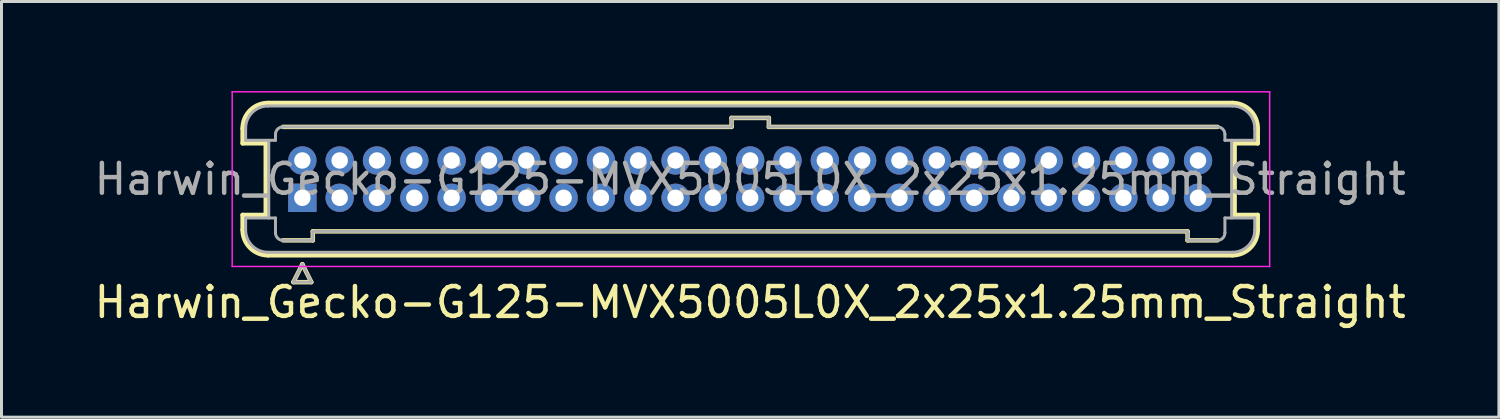
<source format=kicad_pcb>
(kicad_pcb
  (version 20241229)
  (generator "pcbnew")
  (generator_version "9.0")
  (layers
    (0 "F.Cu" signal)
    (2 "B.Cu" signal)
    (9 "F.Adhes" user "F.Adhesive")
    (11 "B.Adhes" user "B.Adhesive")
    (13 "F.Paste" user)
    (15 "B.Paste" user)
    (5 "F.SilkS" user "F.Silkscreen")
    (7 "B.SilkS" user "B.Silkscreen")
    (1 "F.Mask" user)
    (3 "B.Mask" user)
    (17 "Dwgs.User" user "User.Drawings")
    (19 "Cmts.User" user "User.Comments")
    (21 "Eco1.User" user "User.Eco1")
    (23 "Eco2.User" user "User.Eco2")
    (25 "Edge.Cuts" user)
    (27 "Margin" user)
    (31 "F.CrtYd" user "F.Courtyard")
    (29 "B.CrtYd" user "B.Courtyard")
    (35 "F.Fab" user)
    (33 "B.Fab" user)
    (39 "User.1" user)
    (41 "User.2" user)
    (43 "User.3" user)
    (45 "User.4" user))
  (footprint "Harwin_Gecko-G125-MVX5005L0X_2x25x1.25mm_Straight"
    (layer "F.Cu")
    (at 7.077 3.575)
    (property "Reference" "Harwin_Gecko-G125-MVX5005L0X_2x25x1.25mm_Straight" (at 15 3.5 0) (layer "F.SilkS") (effects (font (size 1 1) (thickness 0.15))))
    (attr through_hole)
    (fp_line (start -2 -1.825) (end -2 -2.325) (stroke (width 0.15) (type solid)) (layer "F.SilkS"))
    (fp_line (start -2 -1.825) (end -1.225 -1.825) (stroke (width 0.15) (type solid)) (layer "F.SilkS"))
    (fp_line (start -2 0.575) (end -1.225 0.575) (stroke (width 0.15) (type solid)) (layer "F.SilkS"))
    (fp_line (start -2 1.075) (end -2 0.575) (stroke (width 0.15) (type solid)) (layer "F.SilkS"))
    (fp_line (start -1.225 -1.825) (end -1.225 0.575) (stroke (width 0.15) (type solid)) (layer "F.SilkS"))
    (fp_line (start -1.15 -3.175) (end 31.15 -3.175) (stroke (width 0.15) (type solid)) (layer "F.SilkS"))
    (fp_line (start -1.15 1.925) (end 31.15 1.925) (stroke (width 0.15) (type solid)) (layer "F.SilkS"))
    (fp_line (start -0.65 -2.375) (end 14.375 -2.375) (stroke (width 0.15) (type solid)) (layer "F.SilkS"))
    (fp_line (start -0.65 1.425) (end 0.35 1.425) (stroke (width 0.15) (type solid)) (layer "F.SilkS"))
    (fp_line (start -0.3 2.825) (end 0.3 2.825) (stroke (width 0.15) (type solid)) (layer "F.SilkS"))
    (fp_line (start 0 2.225) (end -0.3 2.825) (stroke (width 0.15) (type solid)) (layer "F.SilkS"))
    (fp_line (start 0.3 2.825) (end 0 2.225) (stroke (width 0.15) (type solid)) (layer "F.SilkS"))
    (fp_line (start 0.35 1.125) (end 29.65 1.125) (stroke (width 0.15) (type solid)) (layer "F.SilkS"))
    (fp_line (start 0.35 1.425) (end 0.35 1.125) (stroke (width 0.15) (type solid)) (layer "F.SilkS"))
    (fp_line (start 14.375 -2.675) (end 15.625 -2.675) (stroke (width 0.15) (type solid)) (layer "F.SilkS"))
    (fp_line (start 14.375 -2.375) (end 14.375 -2.675) (stroke (width 0.15) (type solid)) (layer "F.SilkS"))
    (fp_line (start 15.625 -2.675) (end 15.625 -2.375) (stroke (width 0.15) (type solid)) (layer "F.SilkS"))
    (fp_line (start 15.625 -2.375) (end 30.65 -2.375) (stroke (width 0.15) (type solid)) (layer "F.SilkS"))
    (fp_line (start 29.65 1.125) (end 29.65 1.425) (stroke (width 0.15) (type solid)) (layer "F.SilkS"))
    (fp_line (start 29.65 1.425) (end 30.65 1.425) (stroke (width 0.15) (type solid)) (layer "F.SilkS"))
    (fp_line (start 31.225 -1.825) (end 31.225 0.575) (stroke (width 0.15) (type solid)) (layer "F.SilkS"))
    (fp_line (start 32 -2.325) (end 32 -1.825) (stroke (width 0.15) (type solid)) (layer "F.SilkS"))
    (fp_line (start 32 -1.825) (end 31.225 -1.825) (stroke (width 0.15) (type solid)) (layer "F.SilkS"))
    (fp_line (start 32 0.575) (end 31.225 0.575) (stroke (width 0.15) (type solid)) (layer "F.SilkS"))
    (fp_line (start 32 1.075) (end 32 0.575) (stroke (width 0.15) (type solid)) (layer "F.SilkS"))
    (fp_arc (start -2 -2.325) (mid -1.751041 -2.926041) (end -1.15 -3.175) (stroke (width 0.15) (type solid)) (layer "F.SilkS"))
    (fp_arc (start -1.15 1.925) (mid -1.751041 1.676041) (end -2 1.075) (stroke (width 0.15) (type solid)) (layer "F.SilkS"))
    (fp_arc (start 31.15 -3.175) (mid 31.751041 -2.926041) (end 32 -2.325) (stroke (width 0.15) (type solid)) (layer "F.SilkS"))
    (fp_arc (start 32 1.075) (mid 31.751041 1.676041) (end 31.15 1.925) (stroke (width 0.15) (type solid)) (layer "F.SilkS"))
    (fp_line (start -2.35 -3.55) (end -2.35 2.3) (stroke (width 0.05) (type solid)) (layer "F.CrtYd"))
    (fp_line (start -2.35 2.3) (end 32.4 2.3) (stroke (width 0.05) (type solid)) (layer "F.CrtYd"))
    (fp_line (start 32.4 -3.55) (end -2.35 -3.55) (stroke (width 0.05) (type solid)) (layer "F.CrtYd"))
    (fp_line (start 32.4 2.3) (end 32.4 -3.55) (stroke (width 0.05) (type solid)) (layer "F.CrtYd"))
    (fp_line (start -1.9 -2.325) (end -1.9 -1.925) (stroke (width 0.1) (type solid)) (layer "F.Fab"))
    (fp_line (start -1.9 -1.925) (end -0.9 -1.925) (stroke (width 0.1) (type solid)) (layer "F.Fab"))
    (fp_line (start -1.9 0.675) (end -0.9 0.675) (stroke (width 0.1) (type solid)) (layer "F.Fab"))
    (fp_line (start -1.9 1.075) (end -1.9 0.675) (stroke (width 0.1) (type solid)) (layer "F.Fab"))
    (fp_line (start -1.15 -3.075) (end 31.15 -3.075) (stroke (width 0.1) (type solid)) (layer "F.Fab"))
    (fp_line (start -1.15 1.825) (end 31.15 1.825) (stroke (width 0.1) (type solid)) (layer "F.Fab"))
    (fp_line (start -1.125 -1.925) (end -1.125 0.675) (stroke (width 0.1) (type solid)) (layer "F.Fab"))
    (fp_line (start -0.9 -2.125) (end -0.9 -1.925) (stroke (width 0.1) (type solid)) (layer "F.Fab"))
    (fp_line (start -0.9 1.175) (end -0.9 0.675) (stroke (width 0.1) (type solid)) (layer "F.Fab"))
    (fp_line (start -0.65 -2.375) (end 14.375 -2.375) (stroke (width 0.1) (type solid)) (layer "F.Fab"))
    (fp_line (start -0.65 1.425) (end 0.35 1.425) (stroke (width 0.1) (type solid)) (layer "F.Fab"))
    (fp_line (start -0.3 2.825) (end 0.3 2.825) (stroke (width 0.1) (type solid)) (layer "F.Fab"))
    (fp_line (start 0 2.225) (end -0.3 2.825) (stroke (width 0.1) (type solid)) (layer "F.Fab"))
    (fp_line (start 0.3 2.825) (end 0 2.225) (stroke (width 0.1) (type solid)) (layer "F.Fab"))
    (fp_line (start 0.35 1.125) (end 29.65 1.125) (stroke (width 0.1) (type solid)) (layer "F.Fab"))
    (fp_line (start 0.35 1.425) (end 0.35 1.125) (stroke (width 0.1) (type solid)) (layer "F.Fab"))
    (fp_line (start 14.375 -2.675) (end 15.625 -2.675) (stroke (width 0.1) (type solid)) (layer "F.Fab"))
    (fp_line (start 14.375 -2.375) (end 14.375 -2.675) (stroke (width 0.1) (type solid)) (layer "F.Fab"))
    (fp_line (start 15.625 -2.675) (end 15.625 -2.375) (stroke (width 0.1) (type solid)) (layer "F.Fab"))
    (fp_line (start 15.625 -2.375) (end 30.65 -2.375) (stroke (width 0.1) (type solid)) (layer "F.Fab"))
    (fp_line (start 29.65 1.125) (end 29.65 1.425) (stroke (width 0.1) (type solid)) (layer "F.Fab"))
    (fp_line (start 29.65 1.425) (end 30.65 1.425) (stroke (width 0.1) (type solid)) (layer "F.Fab"))
    (fp_line (start 30.9 -2.125) (end 30.9 -1.925) (stroke (width 0.1) (type solid)) (layer "F.Fab"))
    (fp_line (start 30.9 1.175) (end 30.9 0.675) (stroke (width 0.1) (type solid)) (layer "F.Fab"))
    (fp_line (start 31.125 -1.925) (end 31.125 0.675) (stroke (width 0.1) (type solid)) (layer "F.Fab"))
    (fp_line (start 31.9 -2.325) (end 31.9 -1.925) (stroke (width 0.1) (type solid)) (layer "F.Fab"))
    (fp_line (start 31.9 -1.925) (end 30.9 -1.925) (stroke (width 0.1) (type solid)) (layer "F.Fab"))
    (fp_line (start 31.9 0.675) (end 30.9 0.675) (stroke (width 0.1) (type solid)) (layer "F.Fab"))
    (fp_line (start 31.9 1.075) (end 31.9 0.675) (stroke (width 0.1) (type solid)) (layer "F.Fab"))
    (fp_arc (start -1.9 -2.325) (mid -1.68033 -2.85533) (end -1.15 -3.075) (stroke (width 0.1) (type solid)) (layer "F.Fab"))
    (fp_arc (start -1.15 1.825) (mid -1.68033 1.60533) (end -1.9 1.075) (stroke (width 0.1) (type solid)) (layer "F.Fab"))
    (fp_arc (start -0.9 -2.125) (mid -0.826777 -2.301777) (end -0.65 -2.375) (stroke (width 0.1) (type solid)) (layer "F.Fab"))
    (fp_arc (start -0.65 1.425) (mid -0.826777 1.351777) (end -0.9 1.175) (stroke (width 0.1) (type solid)) (layer "F.Fab"))
    (fp_arc (start 30.65 -2.375) (mid 30.826777 -2.301777) (end 30.9 -2.125) (stroke (width 0.1) (type solid)) (layer "F.Fab"))
    (fp_arc (start 30.9 1.175) (mid 30.826777 1.351777) (end 30.65 1.425) (stroke (width 0.1) (type solid)) (layer "F.Fab"))
    (fp_arc (start 31.15 -3.075) (mid 31.68033 -2.85533) (end 31.9 -2.325) (stroke (width 0.1) (type solid)) (layer "F.Fab"))
    (fp_arc (start 31.9 1.075) (mid 31.68033 1.60533) (end 31.15 1.825) (stroke (width 0.1) (type solid)) (layer "F.Fab"))
    (fp_text user "${REFERENCE}" (at 15 -0.625 0) (layer "F.Fab") (effects (font (size 1 1) (thickness 0.15))))
    (pad "1" thru_hole rect (at 0 0) (size 0.95 0.95) (drill 0.55) (layers "*.Cu" "*.Mask"))
    (pad "2" thru_hole circle (at 1.25 0) (size 0.95 0.95) (drill 0.55) (layers "*.Cu" "*.Mask"))
    (pad "3" thru_hole circle (at 2.5 0) (size 0.95 0.95) (drill 0.55) (layers "*.Cu" "*.Mask"))
    (pad "4" thru_hole circle (at 3.75 0) (size 0.95 0.95) (drill 0.55) (layers "*.Cu" "*.Mask"))
    (pad "5" thru_hole circle (at 5 0) (size 0.95 0.95) (drill 0.55) (layers "*.Cu" "*.Mask"))
    (pad "6" thru_hole circle (at 6.25 0) (size 0.95 0.95) (drill 0.55) (layers "*.Cu" "*.Mask"))
    (pad "7" thru_hole circle (at 7.5 0) (size 0.95 0.95) (drill 0.55) (layers "*.Cu" "*.Mask"))
    (pad "8" thru_hole circle (at 8.75 0) (size 0.95 0.95) (drill 0.55) (layers "*.Cu" "*.Mask"))
    (pad "9" thru_hole circle (at 10 0) (size 0.95 0.95) (drill 0.55) (layers "*.Cu" "*.Mask"))
    (pad "10" thru_hole circle (at 11.25 0) (size 0.95 0.95) (drill 0.55) (layers "*.Cu" "*.Mask"))
    (pad "11" thru_hole circle (at 12.5 0) (size 0.95 0.95) (drill 0.55) (layers "*.Cu" "*.Mask"))
    (pad "12" thru_hole circle (at 13.75 0) (size 0.95 0.95) (drill 0.55) (layers "*.Cu" "*.Mask"))
    (pad "13" thru_hole circle (at 15 0) (size 0.95 0.95) (drill 0.55) (layers "*.Cu" "*.Mask"))
    (pad "14" thru_hole circle (at 16.25 0) (size 0.95 0.95) (drill 0.55) (layers "*.Cu" "*.Mask"))
    (pad "15" thru_hole circle (at 17.5 0) (size 0.95 0.95) (drill 0.55) (layers "*.Cu" "*.Mask"))
    (pad "16" thru_hole circle (at 18.75 0) (size 0.95 0.95) (drill 0.55) (layers "*.Cu" "*.Mask"))
    (pad "17" thru_hole circle (at 20 0) (size 0.95 0.95) (drill 0.55) (layers "*.Cu" "*.Mask"))
    (pad "18" thru_hole circle (at 21.25 0) (size 0.95 0.95) (drill 0.55) (layers "*.Cu" "*.Mask"))
    (pad "19" thru_hole circle (at 22.5 0) (size 0.95 0.95) (drill 0.55) (layers "*.Cu" "*.Mask"))
    (pad "20" thru_hole circle (at 23.75 0) (size 0.95 0.95) (drill 0.55) (layers "*.Cu" "*.Mask"))
    (pad "21" thru_hole circle (at 25 0) (size 0.95 0.95) (drill 0.55) (layers "*.Cu" "*.Mask"))
    (pad "22" thru_hole circle (at 26.25 0) (size 0.95 0.95) (drill 0.55) (layers "*.Cu" "*.Mask"))
    (pad "23" thru_hole circle (at 27.5 0) (size 0.95 0.95) (drill 0.55) (layers "*.Cu" "*.Mask"))
    (pad "24" thru_hole circle (at 28.75 0) (size 0.95 0.95) (drill 0.55) (layers "*.Cu" "*.Mask"))
    (pad "25" thru_hole circle (at 30 0) (size 0.95 0.95) (drill 0.55) (layers "*.Cu" "*.Mask"))
    (pad "26" thru_hole circle (at 0 -1.25) (size 0.95 0.95) (drill 0.55) (layers "*.Cu" "*.Mask"))
    (pad "27" thru_hole circle (at 1.25 -1.25) (size 0.95 0.95) (drill 0.55) (layers "*.Cu" "*.Mask"))
    (pad "28" thru_hole circle (at 2.5 -1.25) (size 0.95 0.95) (drill 0.55) (layers "*.Cu" "*.Mask"))
    (pad "29" thru_hole circle (at 3.75 -1.25) (size 0.95 0.95) (drill 0.55) (layers "*.Cu" "*.Mask"))
    (pad "30" thru_hole circle (at 5 -1.25) (size 0.95 0.95) (drill 0.55) (layers "*.Cu" "*.Mask"))
    (pad "31" thru_hole circle (at 6.25 -1.25) (size 0.95 0.95) (drill 0.55) (layers "*.Cu" "*.Mask"))
    (pad "32" thru_hole circle (at 7.5 -1.25) (size 0.95 0.95) (drill 0.55) (layers "*.Cu" "*.Mask"))
    (pad "33" thru_hole circle (at 8.75 -1.25) (size 0.95 0.95) (drill 0.55) (layers "*.Cu" "*.Mask"))
    (pad "34" thru_hole circle (at 10 -1.25) (size 0.95 0.95) (drill 0.55) (layers "*.Cu" "*.Mask"))
    (pad "35" thru_hole circle (at 11.25 -1.25) (size 0.95 0.95) (drill 0.55) (layers "*.Cu" "*.Mask"))
    (pad "36" thru_hole circle (at 12.5 -1.25) (size 0.95 0.95) (drill 0.55) (layers "*.Cu" "*.Mask"))
    (pad "37" thru_hole circle (at 13.75 -1.25) (size 0.95 0.95) (drill 0.55) (layers "*.Cu" "*.Mask"))
    (pad "38" thru_hole circle (at 15 -1.25) (size 0.95 0.95) (drill 0.55) (layers "*.Cu" "*.Mask"))
    (pad "39" thru_hole circle (at 16.25 -1.25) (size 0.95 0.95) (drill 0.55) (layers "*.Cu" "*.Mask"))
    (pad "40" thru_hole circle (at 17.5 -1.25) (size 0.95 0.95) (drill 0.55) (layers "*.Cu" "*.Mask"))
    (pad "41" thru_hole circle (at 18.75 -1.25) (size 0.95 0.95) (drill 0.55) (layers "*.Cu" "*.Mask"))
    (pad "42" thru_hole circle (at 20 -1.25) (size 0.95 0.95) (drill 0.55) (layers "*.Cu" "*.Mask"))
    (pad "43" thru_hole circle (at 21.25 -1.25) (size 0.95 0.95) (drill 0.55) (layers "*.Cu" "*.Mask"))
    (pad "44" thru_hole circle (at 22.5 -1.25) (size 0.95 0.95) (drill 0.55) (layers "*.Cu" "*.Mask"))
    (pad "45" thru_hole circle (at 23.75 -1.25) (size 0.95 0.95) (drill 0.55) (layers "*.Cu" "*.Mask"))
    (pad "46" thru_hole circle (at 25 -1.25) (size 0.95 0.95) (drill 0.55) (layers "*.Cu" "*.Mask"))
    (pad "47" thru_hole circle (at 26.25 -1.25) (size 0.95 0.95) (drill 0.55) (layers "*.Cu" "*.Mask"))
    (pad "48" thru_hole circle (at 27.5 -1.25) (size 0.95 0.95) (drill 0.55) (layers "*.Cu" "*.Mask"))
    (pad "49" thru_hole circle (at 28.75 -1.25) (size 0.95 0.95) (drill 0.55) (layers "*.Cu" "*.Mask"))
    (pad "50" thru_hole circle (at 30 -1.25) (size 0.95 0.95) (drill 0.55) (layers "*.Cu" "*.Mask")))
  (gr_rect
    (start -3 -3)
    (end 47.155 10.923)
    (stroke (width 0.1) (type default))
    (fill no)
    (layer "Edge.Cuts")))
</source>
